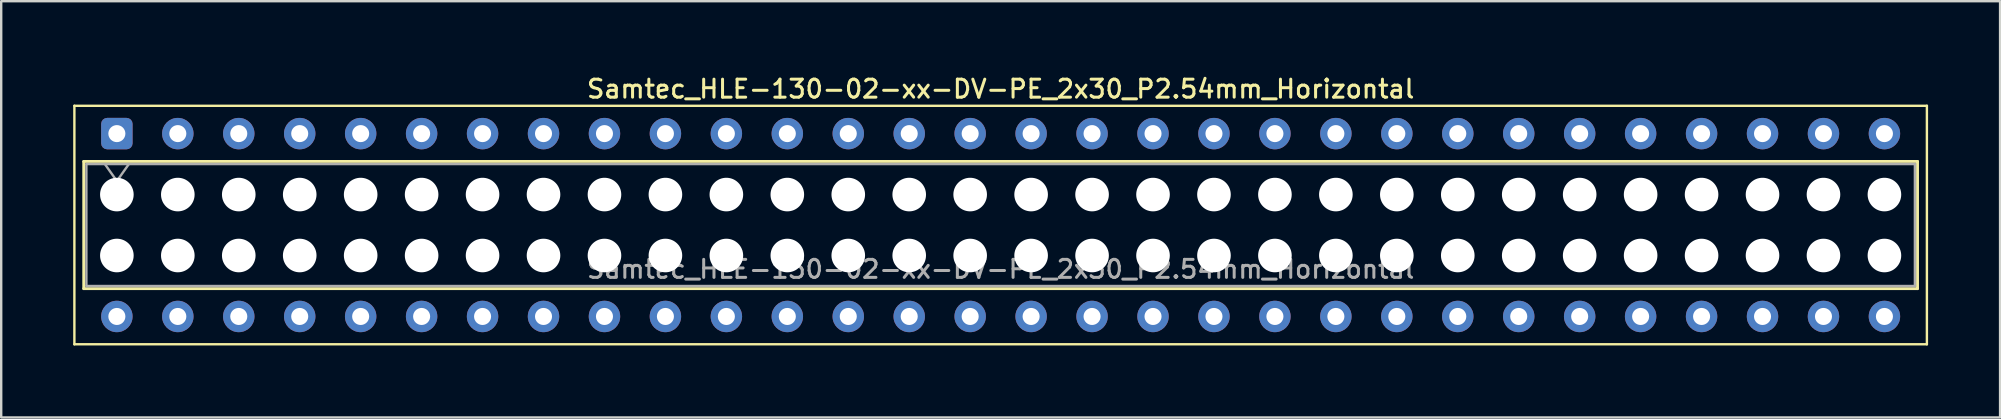
<source format=kicad_pcb>
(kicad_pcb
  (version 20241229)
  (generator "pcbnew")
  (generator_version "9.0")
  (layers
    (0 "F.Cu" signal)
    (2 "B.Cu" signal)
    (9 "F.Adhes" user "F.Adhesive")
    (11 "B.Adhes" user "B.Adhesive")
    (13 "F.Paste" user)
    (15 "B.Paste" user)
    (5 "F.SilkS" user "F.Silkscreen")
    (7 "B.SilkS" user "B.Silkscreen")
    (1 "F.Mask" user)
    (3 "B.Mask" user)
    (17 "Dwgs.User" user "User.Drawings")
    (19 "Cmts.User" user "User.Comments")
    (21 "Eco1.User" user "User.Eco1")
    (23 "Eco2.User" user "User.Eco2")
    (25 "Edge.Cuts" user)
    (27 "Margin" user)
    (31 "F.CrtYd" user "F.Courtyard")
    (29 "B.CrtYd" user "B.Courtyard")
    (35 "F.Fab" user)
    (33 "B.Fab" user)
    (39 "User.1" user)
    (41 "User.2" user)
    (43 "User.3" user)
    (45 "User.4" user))
  (footprint "Samtec_HLE-130-02-xx-DV-PE_2x30_P2.54mm_Horizontal"
    (layer "F.Cu")
    (at 1.82 2.518)
    (property "Reference" "Samtec_HLE-130-02-xx-DV-PE_2x30_P2.54mm_Horizontal" (at 36.83 -1.86 0) (layer "F.SilkS") (effects (font (size 0.75 0.75) (thickness 0.125))))
    (attr through_hole)
    (fp_line (start -1.77 -1.16) (end 75.43 -1.16) (stroke (width 0.1) (type solid)) (layer "F.SilkS"))
    (fp_line (start -1.77 8.78) (end -1.77 -1.16) (stroke (width 0.1) (type solid)) (layer "F.SilkS"))
    (fp_line (start -1.38 1.16) (end 75.04 1.16) (stroke (width 0.12) (type solid)) (layer "F.SilkS"))
    (fp_line (start -1.38 6.46) (end -1.38 1.16) (stroke (width 0.12) (type solid)) (layer "F.SilkS"))
    (fp_line (start 75.04 1.16) (end 75.04 6.46) (stroke (width 0.12) (type solid)) (layer "F.SilkS"))
    (fp_line (start 75.04 6.46) (end -1.38 6.46) (stroke (width 0.12) (type solid)) (layer "F.SilkS"))
    (fp_line (start 75.43 -1.16) (end 75.43 8.78) (stroke (width 0.1) (type solid)) (layer "F.SilkS"))
    (fp_line (start 75.43 8.78) (end -1.77 8.78) (stroke (width 0.1) (type solid)) (layer "F.SilkS"))
    (fp_line (start -1.27 1.27) (end 74.93 1.27) (stroke (width 0.1) (type solid)) (layer "F.Fab"))
    (fp_line (start -1.27 6.35) (end -1.27 1.27) (stroke (width 0.1) (type solid)) (layer "F.Fab"))
    (fp_line (start -0.5 1.27) (end 0 1.977) (stroke (width 0.1) (type solid)) (layer "F.Fab"))
    (fp_line (start 0 1.977) (end 0.5 1.27) (stroke (width 0.1) (type solid)) (layer "F.Fab"))
    (fp_line (start 74.93 1.27) (end 74.93 6.35) (stroke (width 0.1) (type solid)) (layer "F.Fab"))
    (fp_line (start 74.93 6.35) (end -1.27 6.35) (stroke (width 0.1) (type solid)) (layer "F.Fab"))
    (fp_text user "${REFERENCE}" (at 36.83 5.65 0) (layer "F.Fab") (effects (font (size 0.75 0.75) (thickness 0.125))))
    (pad "" np_thru_hole circle (at 0 2.54) (size 1.4 1.4) (drill 1.4) (layers "*.Cu" "*.Mask"))
    (pad "" np_thru_hole circle (at 0 5.08) (size 1.4 1.4) (drill 1.4) (layers "*.Cu" "*.Mask"))
    (pad "" np_thru_hole circle (at 2.54 2.54) (size 1.4 1.4) (drill 1.4) (layers "*.Cu" "*.Mask"))
    (pad "" np_thru_hole circle (at 2.54 5.08) (size 1.4 1.4) (drill 1.4) (layers "*.Cu" "*.Mask"))
    (pad "" np_thru_hole circle (at 5.08 2.54) (size 1.4 1.4) (drill 1.4) (layers "*.Cu" "*.Mask"))
    (pad "" np_thru_hole circle (at 5.08 5.08) (size 1.4 1.4) (drill 1.4) (layers "*.Cu" "*.Mask"))
    (pad "" np_thru_hole circle (at 7.62 2.54) (size 1.4 1.4) (drill 1.4) (layers "*.Cu" "*.Mask"))
    (pad "" np_thru_hole circle (at 7.62 5.08) (size 1.4 1.4) (drill 1.4) (layers "*.Cu" "*.Mask"))
    (pad "" np_thru_hole circle (at 10.16 2.54) (size 1.4 1.4) (drill 1.4) (layers "*.Cu" "*.Mask"))
    (pad "" np_thru_hole circle (at 10.16 5.08) (size 1.4 1.4) (drill 1.4) (layers "*.Cu" "*.Mask"))
    (pad "" np_thru_hole circle (at 12.7 2.54) (size 1.4 1.4) (drill 1.4) (layers "*.Cu" "*.Mask"))
    (pad "" np_thru_hole circle (at 12.7 5.08) (size 1.4 1.4) (drill 1.4) (layers "*.Cu" "*.Mask"))
    (pad "" np_thru_hole circle (at 15.24 2.54) (size 1.4 1.4) (drill 1.4) (layers "*.Cu" "*.Mask"))
    (pad "" np_thru_hole circle (at 15.24 5.08) (size 1.4 1.4) (drill 1.4) (layers "*.Cu" "*.Mask"))
    (pad "" np_thru_hole circle (at 17.78 2.54) (size 1.4 1.4) (drill 1.4) (layers "*.Cu" "*.Mask"))
    (pad "" np_thru_hole circle (at 17.78 5.08) (size 1.4 1.4) (drill 1.4) (layers "*.Cu" "*.Mask"))
    (pad "" np_thru_hole circle (at 20.32 2.54) (size 1.4 1.4) (drill 1.4) (layers "*.Cu" "*.Mask"))
    (pad "" np_thru_hole circle (at 20.32 5.08) (size 1.4 1.4) (drill 1.4) (layers "*.Cu" "*.Mask"))
    (pad "" np_thru_hole circle (at 22.86 2.54) (size 1.4 1.4) (drill 1.4) (layers "*.Cu" "*.Mask"))
    (pad "" np_thru_hole circle (at 22.86 5.08) (size 1.4 1.4) (drill 1.4) (layers "*.Cu" "*.Mask"))
    (pad "" np_thru_hole circle (at 25.4 2.54) (size 1.4 1.4) (drill 1.4) (layers "*.Cu" "*.Mask"))
    (pad "" np_thru_hole circle (at 25.4 5.08) (size 1.4 1.4) (drill 1.4) (layers "*.Cu" "*.Mask"))
    (pad "" np_thru_hole circle (at 27.94 2.54) (size 1.4 1.4) (drill 1.4) (layers "*.Cu" "*.Mask"))
    (pad "" np_thru_hole circle (at 27.94 5.08) (size 1.4 1.4) (drill 1.4) (layers "*.Cu" "*.Mask"))
    (pad "" np_thru_hole circle (at 30.48 2.54) (size 1.4 1.4) (drill 1.4) (layers "*.Cu" "*.Mask"))
    (pad "" np_thru_hole circle (at 30.48 5.08) (size 1.4 1.4) (drill 1.4) (layers "*.Cu" "*.Mask"))
    (pad "" np_thru_hole circle (at 33.02 2.54) (size 1.4 1.4) (drill 1.4) (layers "*.Cu" "*.Mask"))
    (pad "" np_thru_hole circle (at 33.02 5.08) (size 1.4 1.4) (drill 1.4) (layers "*.Cu" "*.Mask"))
    (pad "" np_thru_hole circle (at 35.56 2.54) (size 1.4 1.4) (drill 1.4) (layers "*.Cu" "*.Mask"))
    (pad "" np_thru_hole circle (at 35.56 5.08) (size 1.4 1.4) (drill 1.4) (layers "*.Cu" "*.Mask"))
    (pad "" np_thru_hole circle (at 38.1 2.54) (size 1.4 1.4) (drill 1.4) (layers "*.Cu" "*.Mask"))
    (pad "" np_thru_hole circle (at 38.1 5.08) (size 1.4 1.4) (drill 1.4) (layers "*.Cu" "*.Mask"))
    (pad "" np_thru_hole circle (at 40.64 2.54) (size 1.4 1.4) (drill 1.4) (layers "*.Cu" "*.Mask"))
    (pad "" np_thru_hole circle (at 40.64 5.08) (size 1.4 1.4) (drill 1.4) (layers "*.Cu" "*.Mask"))
    (pad "" np_thru_hole circle (at 43.18 2.54) (size 1.4 1.4) (drill 1.4) (layers "*.Cu" "*.Mask"))
    (pad "" np_thru_hole circle (at 43.18 5.08) (size 1.4 1.4) (drill 1.4) (layers "*.Cu" "*.Mask"))
    (pad "" np_thru_hole circle (at 45.72 2.54) (size 1.4 1.4) (drill 1.4) (layers "*.Cu" "*.Mask"))
    (pad "" np_thru_hole circle (at 45.72 5.08) (size 1.4 1.4) (drill 1.4) (layers "*.Cu" "*.Mask"))
    (pad "" np_thru_hole circle (at 48.26 2.54) (size 1.4 1.4) (drill 1.4) (layers "*.Cu" "*.Mask"))
    (pad "" np_thru_hole circle (at 48.26 5.08) (size 1.4 1.4) (drill 1.4) (layers "*.Cu" "*.Mask"))
    (pad "" np_thru_hole circle (at 50.8 2.54) (size 1.4 1.4) (drill 1.4) (layers "*.Cu" "*.Mask"))
    (pad "" np_thru_hole circle (at 50.8 5.08) (size 1.4 1.4) (drill 1.4) (layers "*.Cu" "*.Mask"))
    (pad "" np_thru_hole circle (at 53.34 2.54) (size 1.4 1.4) (drill 1.4) (layers "*.Cu" "*.Mask"))
    (pad "" np_thru_hole circle (at 53.34 5.08) (size 1.4 1.4) (drill 1.4) (layers "*.Cu" "*.Mask"))
    (pad "" np_thru_hole circle (at 55.88 2.54) (size 1.4 1.4) (drill 1.4) (layers "*.Cu" "*.Mask"))
    (pad "" np_thru_hole circle (at 55.88 5.08) (size 1.4 1.4) (drill 1.4) (layers "*.Cu" "*.Mask"))
    (pad "" np_thru_hole circle (at 58.42 2.54) (size 1.4 1.4) (drill 1.4) (layers "*.Cu" "*.Mask"))
    (pad "" np_thru_hole circle (at 58.42 5.08) (size 1.4 1.4) (drill 1.4) (layers "*.Cu" "*.Mask"))
    (pad "" np_thru_hole circle (at 60.96 2.54) (size 1.4 1.4) (drill 1.4) (layers "*.Cu" "*.Mask"))
    (pad "" np_thru_hole circle (at 60.96 5.08) (size 1.4 1.4) (drill 1.4) (layers "*.Cu" "*.Mask"))
    (pad "" np_thru_hole circle (at 63.5 2.54) (size 1.4 1.4) (drill 1.4) (layers "*.Cu" "*.Mask"))
    (pad "" np_thru_hole circle (at 63.5 5.08) (size 1.4 1.4) (drill 1.4) (layers "*.Cu" "*.Mask"))
    (pad "" np_thru_hole circle (at 66.04 2.54) (size 1.4 1.4) (drill 1.4) (layers "*.Cu" "*.Mask"))
    (pad "" np_thru_hole circle (at 66.04 5.08) (size 1.4 1.4) (drill 1.4) (layers "*.Cu" "*.Mask"))
    (pad "" np_thru_hole circle (at 68.58 2.54) (size 1.4 1.4) (drill 1.4) (layers "*.Cu" "*.Mask"))
    (pad "" np_thru_hole circle (at 68.58 5.08) (size 1.4 1.4) (drill 1.4) (layers "*.Cu" "*.Mask"))
    (pad "" np_thru_hole circle (at 71.12 2.54) (size 1.4 1.4) (drill 1.4) (layers "*.Cu" "*.Mask"))
    (pad "" np_thru_hole circle (at 71.12 5.08) (size 1.4 1.4) (drill 1.4) (layers "*.Cu" "*.Mask"))
    (pad "" np_thru_hole circle (at 73.66 2.54) (size 1.4 1.4) (drill 1.4) (layers "*.Cu" "*.Mask"))
    (pad "" np_thru_hole circle (at 73.66 5.08) (size 1.4 1.4) (drill 1.4) (layers "*.Cu" "*.Mask"))
    (pad "1" thru_hole roundrect (at 0 0) (size 1.31 1.31) (drill 0.71) (layers "*.Cu" "*.Mask") (roundrect_rratio 0.191))
    (pad "2" thru_hole circle (at 0 7.62) (size 1.31 1.31) (drill 0.71) (layers "*.Cu" "*.Mask"))
    (pad "3" thru_hole circle (at 2.54 0) (size 1.31 1.31) (drill 0.71) (layers "*.Cu" "*.Mask"))
    (pad "4" thru_hole circle (at 2.54 7.62) (size 1.31 1.31) (drill 0.71) (layers "*.Cu" "*.Mask"))
    (pad "5" thru_hole circle (at 5.08 0) (size 1.31 1.31) (drill 0.71) (layers "*.Cu" "*.Mask"))
    (pad "6" thru_hole circle (at 5.08 7.62) (size 1.31 1.31) (drill 0.71) (layers "*.Cu" "*.Mask"))
    (pad "7" thru_hole circle (at 7.62 0) (size 1.31 1.31) (drill 0.71) (layers "*.Cu" "*.Mask"))
    (pad "8" thru_hole circle (at 7.62 7.62) (size 1.31 1.31) (drill 0.71) (layers "*.Cu" "*.Mask"))
    (pad "9" thru_hole circle (at 10.16 0) (size 1.31 1.31) (drill 0.71) (layers "*.Cu" "*.Mask"))
    (pad "10" thru_hole circle (at 10.16 7.62) (size 1.31 1.31) (drill 0.71) (layers "*.Cu" "*.Mask"))
    (pad "11" thru_hole circle (at 12.7 0) (size 1.31 1.31) (drill 0.71) (layers "*.Cu" "*.Mask"))
    (pad "12" thru_hole circle (at 12.7 7.62) (size 1.31 1.31) (drill 0.71) (layers "*.Cu" "*.Mask"))
    (pad "13" thru_hole circle (at 15.24 0) (size 1.31 1.31) (drill 0.71) (layers "*.Cu" "*.Mask"))
    (pad "14" thru_hole circle (at 15.24 7.62) (size 1.31 1.31) (drill 0.71) (layers "*.Cu" "*.Mask"))
    (pad "15" thru_hole circle (at 17.78 0) (size 1.31 1.31) (drill 0.71) (layers "*.Cu" "*.Mask"))
    (pad "16" thru_hole circle (at 17.78 7.62) (size 1.31 1.31) (drill 0.71) (layers "*.Cu" "*.Mask"))
    (pad "17" thru_hole circle (at 20.32 0) (size 1.31 1.31) (drill 0.71) (layers "*.Cu" "*.Mask"))
    (pad "18" thru_hole circle (at 20.32 7.62) (size 1.31 1.31) (drill 0.71) (layers "*.Cu" "*.Mask"))
    (pad "19" thru_hole circle (at 22.86 0) (size 1.31 1.31) (drill 0.71) (layers "*.Cu" "*.Mask"))
    (pad "20" thru_hole circle (at 22.86 7.62) (size 1.31 1.31) (drill 0.71) (layers "*.Cu" "*.Mask"))
    (pad "21" thru_hole circle (at 25.4 0) (size 1.31 1.31) (drill 0.71) (layers "*.Cu" "*.Mask"))
    (pad "22" thru_hole circle (at 25.4 7.62) (size 1.31 1.31) (drill 0.71) (layers "*.Cu" "*.Mask"))
    (pad "23" thru_hole circle (at 27.94 0) (size 1.31 1.31) (drill 0.71) (layers "*.Cu" "*.Mask"))
    (pad "24" thru_hole circle (at 27.94 7.62) (size 1.31 1.31) (drill 0.71) (layers "*.Cu" "*.Mask"))
    (pad "25" thru_hole circle (at 30.48 0) (size 1.31 1.31) (drill 0.71) (layers "*.Cu" "*.Mask"))
    (pad "26" thru_hole circle (at 30.48 7.62) (size 1.31 1.31) (drill 0.71) (layers "*.Cu" "*.Mask"))
    (pad "27" thru_hole circle (at 33.02 0) (size 1.31 1.31) (drill 0.71) (layers "*.Cu" "*.Mask"))
    (pad "28" thru_hole circle (at 33.02 7.62) (size 1.31 1.31) (drill 0.71) (layers "*.Cu" "*.Mask"))
    (pad "29" thru_hole circle (at 35.56 0) (size 1.31 1.31) (drill 0.71) (layers "*.Cu" "*.Mask"))
    (pad "30" thru_hole circle (at 35.56 7.62) (size 1.31 1.31) (drill 0.71) (layers "*.Cu" "*.Mask"))
    (pad "31" thru_hole circle (at 38.1 0) (size 1.31 1.31) (drill 0.71) (layers "*.Cu" "*.Mask"))
    (pad "32" thru_hole circle (at 38.1 7.62) (size 1.31 1.31) (drill 0.71) (layers "*.Cu" "*.Mask"))
    (pad "33" thru_hole circle (at 40.64 0) (size 1.31 1.31) (drill 0.71) (layers "*.Cu" "*.Mask"))
    (pad "34" thru_hole circle (at 40.64 7.62) (size 1.31 1.31) (drill 0.71) (layers "*.Cu" "*.Mask"))
    (pad "35" thru_hole circle (at 43.18 0) (size 1.31 1.31) (drill 0.71) (layers "*.Cu" "*.Mask"))
    (pad "36" thru_hole circle (at 43.18 7.62) (size 1.31 1.31) (drill 0.71) (layers "*.Cu" "*.Mask"))
    (pad "37" thru_hole circle (at 45.72 0) (size 1.31 1.31) (drill 0.71) (layers "*.Cu" "*.Mask"))
    (pad "38" thru_hole circle (at 45.72 7.62) (size 1.31 1.31) (drill 0.71) (layers "*.Cu" "*.Mask"))
    (pad "39" thru_hole circle (at 48.26 0) (size 1.31 1.31) (drill 0.71) (layers "*.Cu" "*.Mask"))
    (pad "40" thru_hole circle (at 48.26 7.62) (size 1.31 1.31) (drill 0.71) (layers "*.Cu" "*.Mask"))
    (pad "41" thru_hole circle (at 50.8 0) (size 1.31 1.31) (drill 0.71) (layers "*.Cu" "*.Mask"))
    (pad "42" thru_hole circle (at 50.8 7.62) (size 1.31 1.31) (drill 0.71) (layers "*.Cu" "*.Mask"))
    (pad "43" thru_hole circle (at 53.34 0) (size 1.31 1.31) (drill 0.71) (layers "*.Cu" "*.Mask"))
    (pad "44" thru_hole circle (at 53.34 7.62) (size 1.31 1.31) (drill 0.71) (layers "*.Cu" "*.Mask"))
    (pad "45" thru_hole circle (at 55.88 0) (size 1.31 1.31) (drill 0.71) (layers "*.Cu" "*.Mask"))
    (pad "46" thru_hole circle (at 55.88 7.62) (size 1.31 1.31) (drill 0.71) (layers "*.Cu" "*.Mask"))
    (pad "47" thru_hole circle (at 58.42 0) (size 1.31 1.31) (drill 0.71) (layers "*.Cu" "*.Mask"))
    (pad "48" thru_hole circle (at 58.42 7.62) (size 1.31 1.31) (drill 0.71) (layers "*.Cu" "*.Mask"))
    (pad "49" thru_hole circle (at 60.96 0) (size 1.31 1.31) (drill 0.71) (layers "*.Cu" "*.Mask"))
    (pad "50" thru_hole circle (at 60.96 7.62) (size 1.31 1.31) (drill 0.71) (layers "*.Cu" "*.Mask"))
    (pad "51" thru_hole circle (at 63.5 0) (size 1.31 1.31) (drill 0.71) (layers "*.Cu" "*.Mask"))
    (pad "52" thru_hole circle (at 63.5 7.62) (size 1.31 1.31) (drill 0.71) (layers "*.Cu" "*.Mask"))
    (pad "53" thru_hole circle (at 66.04 0) (size 1.31 1.31) (drill 0.71) (layers "*.Cu" "*.Mask"))
    (pad "54" thru_hole circle (at 66.04 7.62) (size 1.31 1.31) (drill 0.71) (layers "*.Cu" "*.Mask"))
    (pad "55" thru_hole circle (at 68.58 0) (size 1.31 1.31) (drill 0.71) (layers "*.Cu" "*.Mask"))
    (pad "56" thru_hole circle (at 68.58 7.62) (size 1.31 1.31) (drill 0.71) (layers "*.Cu" "*.Mask"))
    (pad "57" thru_hole circle (at 71.12 0) (size 1.31 1.31) (drill 0.71) (layers "*.Cu" "*.Mask"))
    (pad "58" thru_hole circle (at 71.12 7.62) (size 1.31 1.31) (drill 0.71) (layers "*.Cu" "*.Mask"))
    (pad "59" thru_hole circle (at 73.66 0) (size 1.31 1.31) (drill 0.71) (layers "*.Cu" "*.Mask"))
    (pad "60" thru_hole circle (at 73.66 7.62) (size 1.31 1.31) (drill 0.71) (layers "*.Cu" "*.Mask")))
  (gr_rect
    (start -3 -3)
    (end 80.3 14.348)
    (stroke (width 0.1) (type default))
    (fill no)
    (layer "Edge.Cuts")))
</source>
